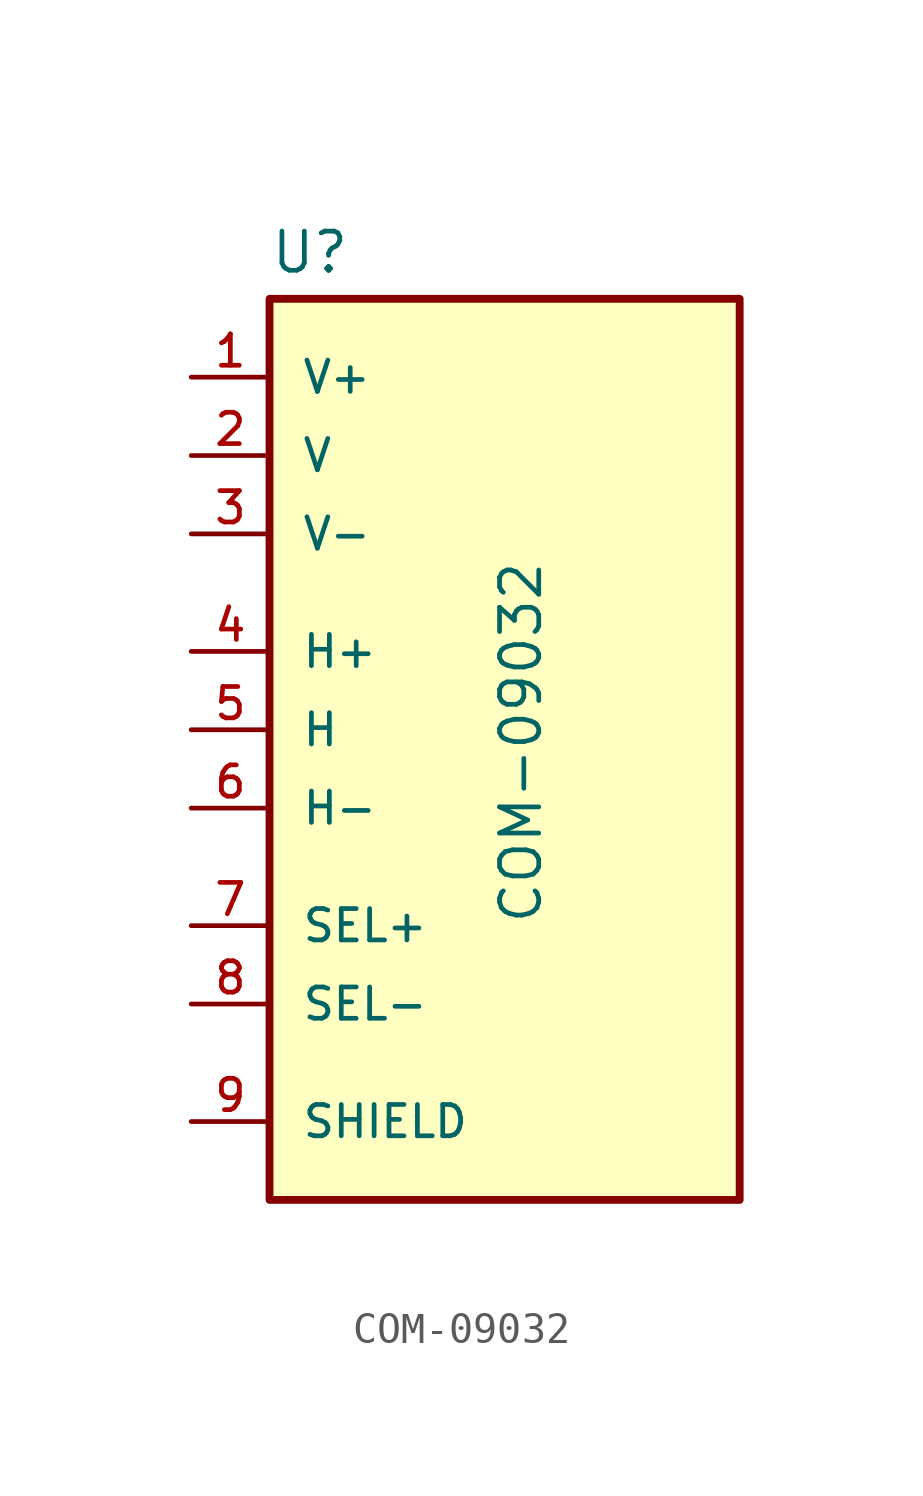
<source format=kicad_sym>
(kicad_symbol_lib
  (version 20211014)
  (generator kicad_symbol_editor)
  (symbol "COM-09032"
    (pin_names
      (offset 1.016))
    (property "Reference" "U"
      (at -7.62 14.732 0)
      (effects (font (size 1.27 1.27)) (justify left bottom)))
    (property "Value" "COM-09032"
      (at 1.27 -6.35 90)
      (effects (font (size 1.27 1.27)) (justify left bottom)))
    (symbol "COM-09032_0_0"
      (rectangle (start -7.62 13.97) (end 7.62 -15.24) (stroke (width 0.254) (type default) (color 0 0 0 0)) (fill (type background)))
      (pin passive line (at -10.16 11.43 0) (length 2.54) (name "V+" (effects (font (size 1.016 1.016)))) (number "1" (effects (font (size 1.016 1.016)))))
      (pin passive line (at -10.16 8.89 0) (length 2.54) (name "V" (effects (font (size 1.016 1.016)))) (number "2" (effects (font (size 1.016 1.016)))))
      (pin passive line (at -10.16 6.35 0) (length 2.54) (name "V-" (effects (font (size 1.016 1.016)))) (number "3" (effects (font (size 1.016 1.016)))))
      (pin passive line (at -10.16 2.54 0) (length 2.54) (name "H+" (effects (font (size 1.016 1.016)))) (number "4" (effects (font (size 1.016 1.016)))))
      (pin passive line (at -10.16 0 0) (length 2.54) (name "H" (effects (font (size 1.016 1.016)))) (number "5" (effects (font (size 1.016 1.016)))))
      (pin passive line (at -10.16 -2.54 0) (length 2.54) (name "H-" (effects (font (size 1.016 1.016)))) (number "6" (effects (font (size 1.016 1.016)))))
      (pin passive line (at -10.16 -6.35 0) (length 2.54) (name "SEL+" (effects (font (size 1.016 1.016)))) (number "7" (effects (font (size 1.016 1.016)))))
      (pin passive line (at -10.16 -8.89 0) (length 2.54) (name "SEL-" (effects (font (size 1.016 1.016)))) (number "8" (effects (font (size 1.016 1.016)))))
      (pin passive line (at -10.16 -12.7 0) (length 2.54) (name "SHIELD" (effects (font (size 1.016 1.016)))) (number "9" (effects (font (size 1.016 1.016))))))))
</source>
